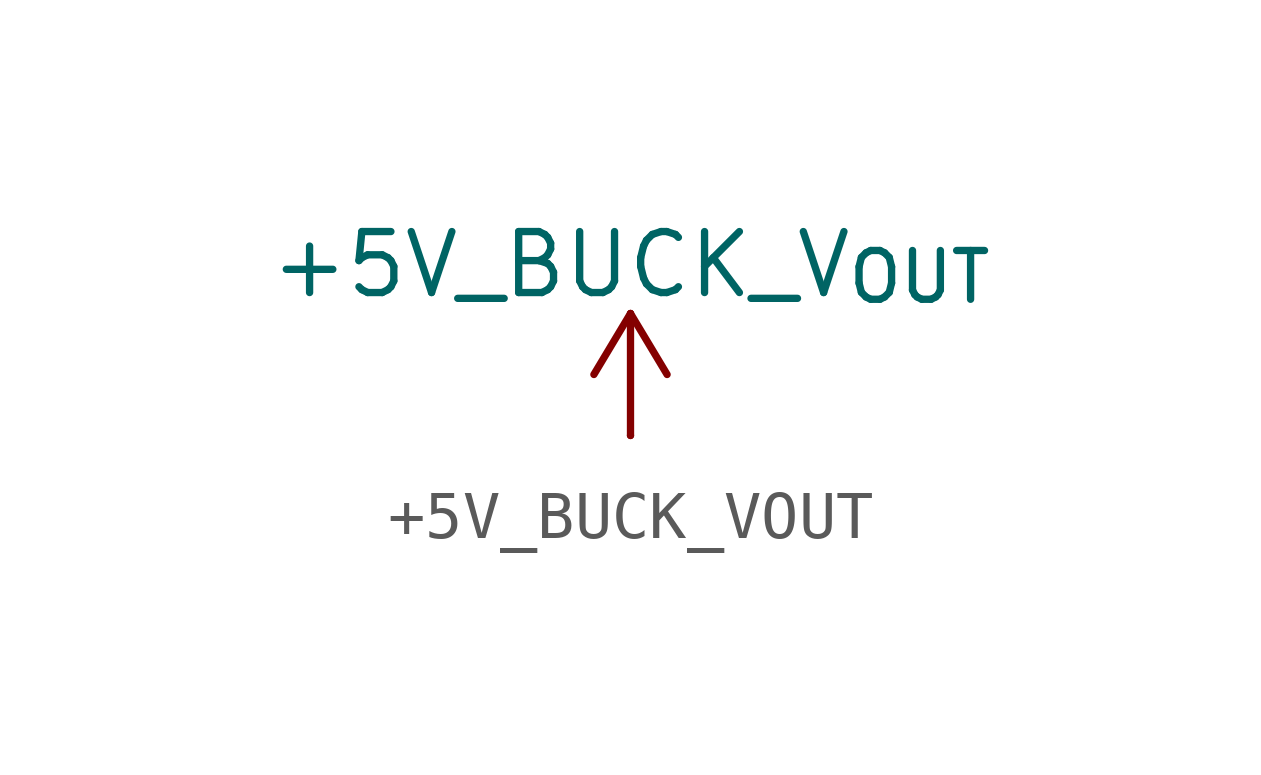
<source format=kicad_sym>
(kicad_symbol_lib
  (version 20231120)
  (generator "kicad_symbol_editor")
  (generator_version "8.0")
  (symbol "+5V_BUCK_VOUT"
    (power)
    (pin_numbers hide)
    (pin_names
      (offset 0) hide)
    (property "Reference" "#PWR"
      (at 0 -3.81 0)
      (effects (font (size 1.27 1.27)) (hide yes)))
    (property "Value" "+5V_BUCK_V_{OUT}"
      (at 0 3.556 0)
      (effects (font (size 1.27 1.27))))
    (symbol "+5V_BUCK_VOUT_0_1"
      (polyline (pts (xy -0.762 1.27) (xy 0 2.54)) (stroke (width 0) (type default)) (fill (type none)))
      (polyline (pts (xy 0 0) (xy 0 2.54)) (stroke (width 0) (type default)) (fill (type none)))
      (polyline (pts (xy 0 2.54) (xy 0.762 1.27)) (stroke (width 0) (type default)) (fill (type none))))
    (symbol "+5V_BUCK_VOUT_1_1"
      (pin power_in line (at 0 0 90) (length 0) (name "~" (effects (font (size 1.27 1.27)))) (number "1" (effects (font (size 1.27 1.27))))))))
</source>
